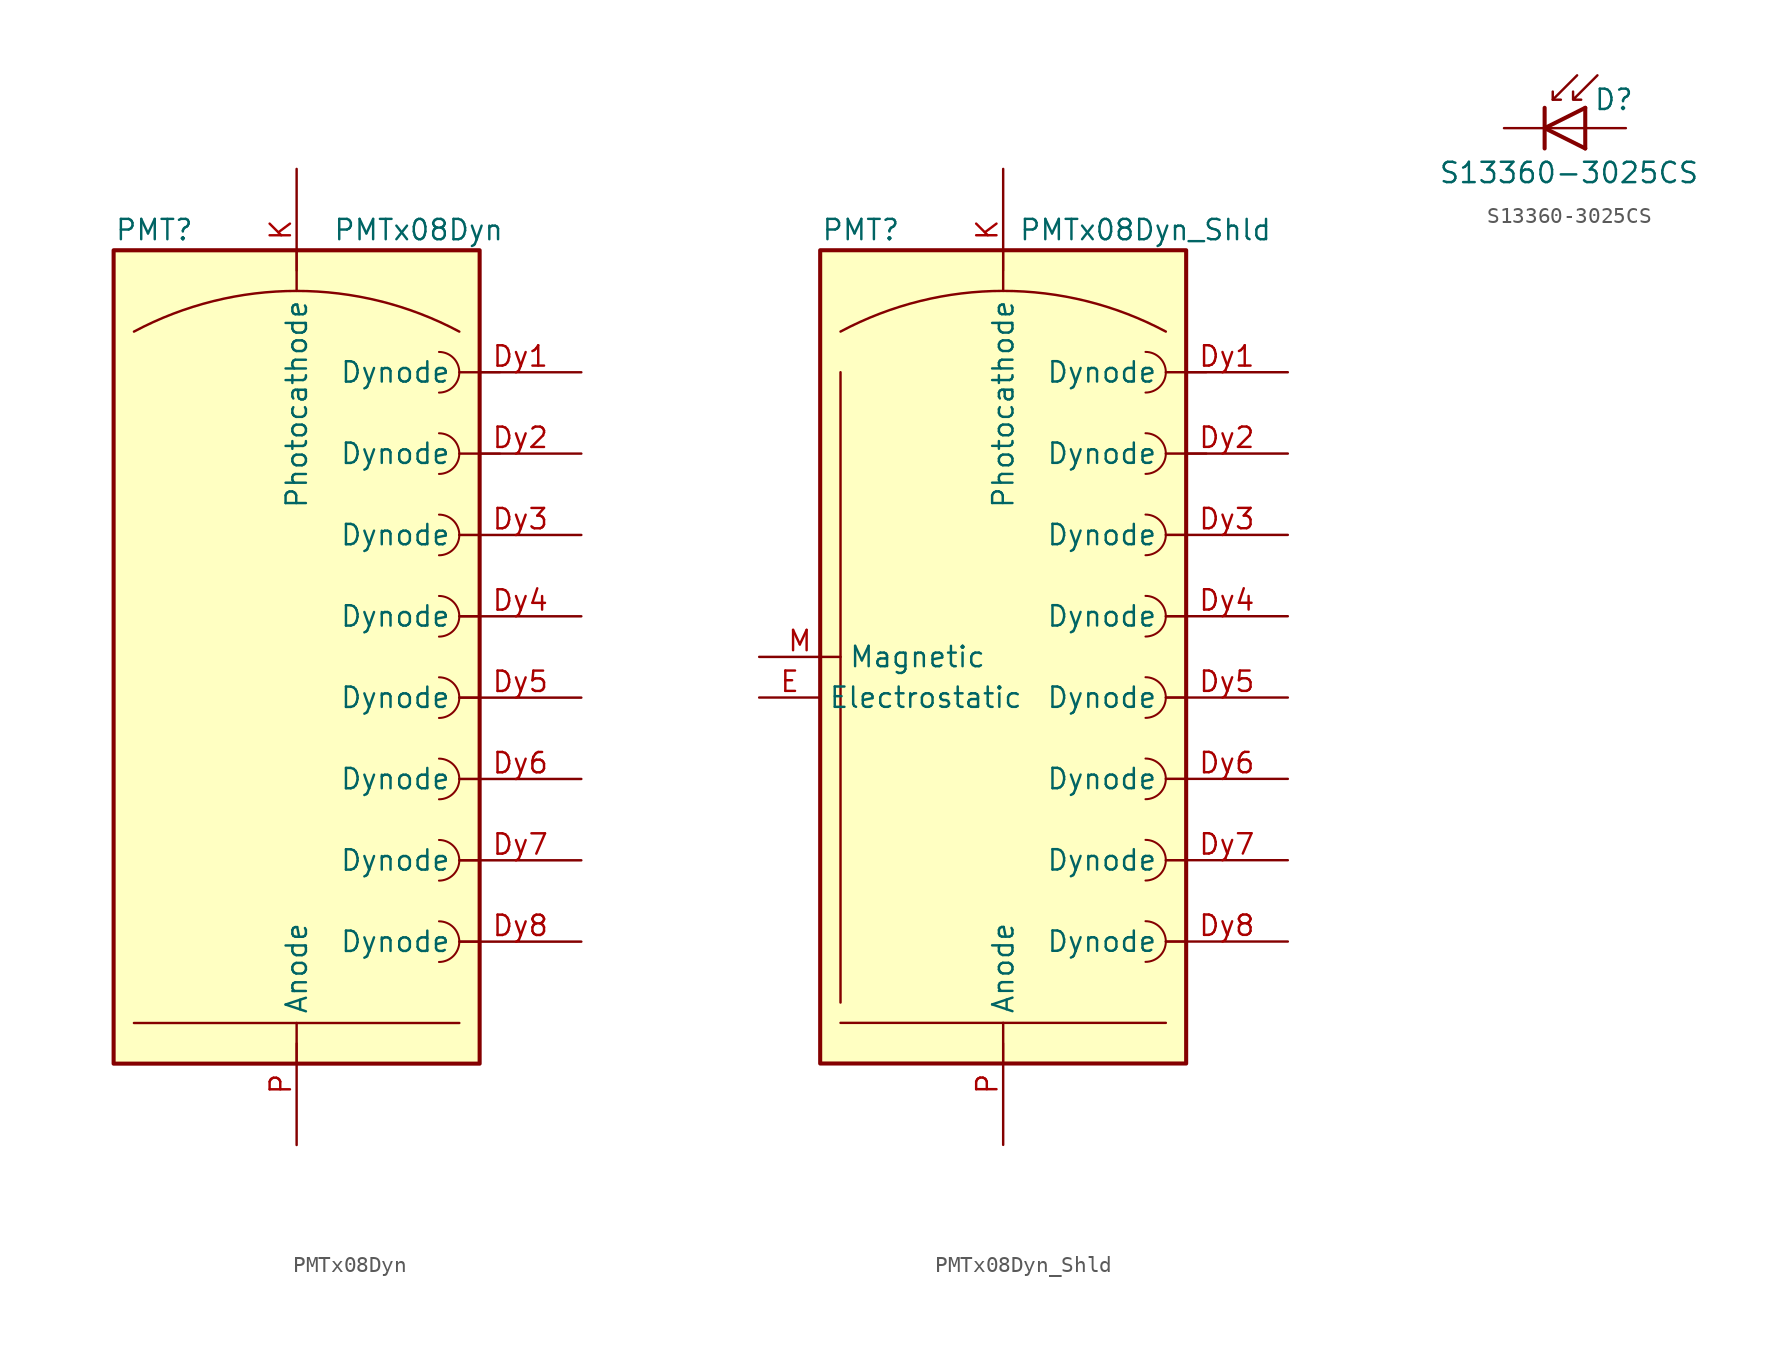
<source format=kicad_sym>
(kicad_symbol_lib
  (version 20211014)
  (generator kicad_symbol_editor)
  (symbol "Sensor_Optical:PMTx08Dyn"
    (property "Reference" "PMT"
      (at -8.89 26.67 0)
      (effects (font (size 1.27 1.27))))
    (property "Value" "PMTx08Dyn"
      (at 7.62 26.67 0)
      (effects (font (size 1.27 1.27))))
    (symbol "PMTx08Dyn_0_1"
      (polyline (pts (xy 0 -25.4) (xy 0 -24.13)) (stroke (width 0.127) (type default) (color 0 0 0 0)) (fill (type none)))
      (polyline (pts (xy 0 25.4) (xy 0 24.13)) (stroke (width 0.127) (type default) (color 0 0 0 0)) (fill (type none)))
      (polyline (pts (xy 10.16 -22.86) (xy -10.16 -22.86)) (stroke (width 0) (type default) (color 0 0 0 0)) (fill (type none)))
      (polyline (pts (xy 11.43 -17.78) (xy 10.16 -17.78)) (stroke (width 0.127) (type default) (color 0 0 0 0)) (fill (type none)))
      (polyline (pts (xy 11.43 -12.7) (xy 10.16 -12.7)) (stroke (width 0.127) (type default) (color 0 0 0 0)) (fill (type none)))
      (polyline (pts (xy 11.43 -7.62) (xy 10.16 -7.62)) (stroke (width 0.127) (type default) (color 0 0 0 0)) (fill (type none)))
      (polyline (pts (xy 11.43 -2.54) (xy 10.16 -2.54)) (stroke (width 0.127) (type default) (color 0 0 0 0)) (fill (type none)))
      (polyline (pts (xy 11.43 2.54) (xy 10.16 2.54)) (stroke (width 0.127) (type default) (color 0 0 0 0)) (fill (type none)))
      (polyline (pts (xy 11.43 7.62) (xy 10.16 7.62)) (stroke (width 0.127) (type default) (color 0 0 0 0)) (fill (type none)))
      (polyline (pts (xy 12.7 12.7) (xy 11.43 12.7)) (stroke (width 0.127) (type default) (color 0 0 0 0)) (fill (type none)))
      (polyline (pts (xy 12.7 17.78) (xy 11.43 17.78)) (stroke (width 0.127) (type default) (color 0 0 0 0)) (fill (type none)))
      (arc (start 8.89 -19.05) (mid 10.16 -17.78) (end 8.89 -16.51) (stroke (width 0.127) (type default) (color 0 0 0 0)) (fill (type none)))
      (arc (start 8.89 -13.97) (mid 10.16 -12.7) (end 8.89 -11.43) (stroke (width 0.127) (type default) (color 0 0 0 0)) (fill (type none)))
      (arc (start 8.89 -8.89) (mid 10.16 -7.62) (end 8.89 -6.35) (stroke (width 0.127) (type default) (color 0 0 0 0)) (fill (type none)))
      (arc (start 8.89 -3.81) (mid 10.16 -2.54) (end 8.89 -1.27) (stroke (width 0.127) (type default) (color 0 0 0 0)) (fill (type none)))
      (arc (start 8.89 1.27) (mid 10.16 2.54) (end 8.89 3.81) (stroke (width 0.127) (type default) (color 0 0 0 0)) (fill (type none)))
      (arc (start 8.89 6.35) (mid 10.16 7.62) (end 8.89 8.89) (stroke (width 0.127) (type default) (color 0 0 0 0)) (fill (type none)))
      (arc (start 8.89 11.43) (mid 10.16 12.7) (end 8.89 13.97) (stroke (width 0.127) (type default) (color 0 0 0 0)) (fill (type none)))
      (arc (start 8.89 16.51) (mid 10.16 17.78) (end 8.89 19.05) (stroke (width 0.127) (type default) (color 0 0 0 0)) (fill (type none)))
      (arc (start 10.16 20.32) (mid 0 22.86) (end -10.16 20.32) (stroke (width 0) (type default) (color 0 0 0 0)) (fill (type none)))
      (rectangle (start 11.43 -25.4) (end -11.43 25.4) (stroke (width 0.254) (type default) (color 0 0 0 0)) (fill (type background))))
    (symbol "PMTx08Dyn_1_1"
      (pin passive line (at 17.78 17.78 180) (length 7.62) (name "Dynode" (effects (font (size 1.27 1.27)))) (number "Dy1" (effects (font (size 1.27 1.27)))))
      (pin passive line (at 17.78 12.7 180) (length 7.62) (name "Dynode" (effects (font (size 1.27 1.27)))) (number "Dy2" (effects (font (size 1.27 1.27)))))
      (pin passive line (at 17.78 7.62 180) (length 7.62) (name "Dynode" (effects (font (size 1.27 1.27)))) (number "Dy3" (effects (font (size 1.27 1.27)))))
      (pin passive line (at 17.78 2.54 180) (length 7.62) (name "Dynode" (effects (font (size 1.27 1.27)))) (number "Dy4" (effects (font (size 1.27 1.27)))))
      (pin passive line (at 17.78 -2.54 180) (length 7.62) (name "Dynode" (effects (font (size 1.27 1.27)))) (number "Dy5" (effects (font (size 1.27 1.27)))))
      (pin passive line (at 17.78 -7.62 180) (length 7.62) (name "Dynode" (effects (font (size 1.27 1.27)))) (number "Dy6" (effects (font (size 1.27 1.27)))))
      (pin passive line (at 17.78 -12.7 180) (length 7.62) (name "Dynode" (effects (font (size 1.27 1.27)))) (number "Dy7" (effects (font (size 1.27 1.27)))))
      (pin passive line (at 17.78 -17.78 180) (length 7.62) (name "Dynode" (effects (font (size 1.27 1.27)))) (number "Dy8" (effects (font (size 1.27 1.27)))))
      (pin passive line (at 0 30.48 270) (length 7.62) (name "Photocathode" (effects (font (size 1.27 1.27)))) (number "K" (effects (font (size 1.27 1.27)))))
      (pin passive line (at 0 -30.48 90) (length 7.62) (name "Anode" (effects (font (size 1.27 1.27)))) (number "P" (effects (font (size 1.27 1.27)))))))
  (symbol "Sensor_Optical:PMTx08Dyn_Shld"
    (property "Reference" "PMT"
      (at -8.89 26.67 0)
      (effects (font (size 1.27 1.27))))
    (property "Value" "PMTx08Dyn_Shld"
      (at 8.89 26.67 0)
      (effects (font (size 1.27 1.27))))
    (symbol "PMTx08Dyn_Shld_0_1"
      (polyline (pts (xy -10.16 17.78) (xy -10.16 -21.59)) (stroke (width 0) (type default) (color 0 0 0 0)) (fill (type none)))
      (polyline (pts (xy 0 -25.4) (xy 0 -24.13)) (stroke (width 0.127) (type default) (color 0 0 0 0)) (fill (type none)))
      (polyline (pts (xy 0 25.4) (xy 0 24.13)) (stroke (width 0.127) (type default) (color 0 0 0 0)) (fill (type none)))
      (polyline (pts (xy 10.16 -22.86) (xy -10.16 -22.86)) (stroke (width 0) (type default) (color 0 0 0 0)) (fill (type none)))
      (polyline (pts (xy 11.43 -17.78) (xy 10.16 -17.78)) (stroke (width 0.127) (type default) (color 0 0 0 0)) (fill (type none)))
      (polyline (pts (xy 11.43 -12.7) (xy 10.16 -12.7)) (stroke (width 0.127) (type default) (color 0 0 0 0)) (fill (type none)))
      (polyline (pts (xy 11.43 -7.62) (xy 10.16 -7.62)) (stroke (width 0.127) (type default) (color 0 0 0 0)) (fill (type none)))
      (polyline (pts (xy 11.43 -2.54) (xy 10.16 -2.54)) (stroke (width 0.127) (type default) (color 0 0 0 0)) (fill (type none)))
      (polyline (pts (xy 11.43 2.54) (xy 10.16 2.54)) (stroke (width 0.127) (type default) (color 0 0 0 0)) (fill (type none)))
      (polyline (pts (xy 11.43 7.62) (xy 10.16 7.62)) (stroke (width 0.127) (type default) (color 0 0 0 0)) (fill (type none)))
      (polyline (pts (xy 12.7 12.7) (xy 11.43 12.7)) (stroke (width 0.127) (type default) (color 0 0 0 0)) (fill (type none)))
      (polyline (pts (xy 12.7 17.78) (xy 11.43 17.78)) (stroke (width 0.127) (type default) (color 0 0 0 0)) (fill (type none)))
      (arc (start 8.89 -19.05) (mid 10.16 -17.78) (end 8.89 -16.51) (stroke (width 0.127) (type default) (color 0 0 0 0)) (fill (type none)))
      (arc (start 8.89 -13.97) (mid 10.16 -12.7) (end 8.89 -11.43) (stroke (width 0.127) (type default) (color 0 0 0 0)) (fill (type none)))
      (arc (start 8.89 -8.89) (mid 10.16 -7.62) (end 8.89 -6.35) (stroke (width 0.127) (type default) (color 0 0 0 0)) (fill (type none)))
      (arc (start 8.89 -3.81) (mid 10.16 -2.54) (end 8.89 -1.27) (stroke (width 0.127) (type default) (color 0 0 0 0)) (fill (type none)))
      (arc (start 8.89 1.27) (mid 10.16 2.54) (end 8.89 3.81) (stroke (width 0.127) (type default) (color 0 0 0 0)) (fill (type none)))
      (arc (start 8.89 6.35) (mid 10.16 7.62) (end 8.89 8.89) (stroke (width 0.127) (type default) (color 0 0 0 0)) (fill (type none)))
      (arc (start 8.89 11.43) (mid 10.16 12.7) (end 8.89 13.97) (stroke (width 0.127) (type default) (color 0 0 0 0)) (fill (type none)))
      (arc (start 8.89 16.51) (mid 10.16 17.78) (end 8.89 19.05) (stroke (width 0.127) (type default) (color 0 0 0 0)) (fill (type none)))
      (arc (start 10.16 20.32) (mid 0 22.86) (end -10.16 20.32) (stroke (width 0) (type default) (color 0 0 0 0)) (fill (type none)))
      (rectangle (start 11.43 -25.4) (end -11.43 25.4) (stroke (width 0.254) (type default) (color 0 0 0 0)) (fill (type background))))
    (symbol "PMTx08Dyn_Shld_1_1"
      (pin passive line (at 17.78 17.78 180) (length 7.62) (name "Dynode" (effects (font (size 1.27 1.27)))) (number "Dy1" (effects (font (size 1.27 1.27)))))
      (pin passive line (at 17.78 12.7 180) (length 7.62) (name "Dynode" (effects (font (size 1.27 1.27)))) (number "Dy2" (effects (font (size 1.27 1.27)))))
      (pin passive line (at 17.78 7.62 180) (length 7.62) (name "Dynode" (effects (font (size 1.27 1.27)))) (number "Dy3" (effects (font (size 1.27 1.27)))))
      (pin passive line (at 17.78 2.54 180) (length 7.62) (name "Dynode" (effects (font (size 1.27 1.27)))) (number "Dy4" (effects (font (size 1.27 1.27)))))
      (pin passive line (at 17.78 -2.54 180) (length 7.62) (name "Dynode" (effects (font (size 1.27 1.27)))) (number "Dy5" (effects (font (size 1.27 1.27)))))
      (pin passive line (at 17.78 -7.62 180) (length 7.62) (name "Dynode" (effects (font (size 1.27 1.27)))) (number "Dy6" (effects (font (size 1.27 1.27)))))
      (pin passive line (at 17.78 -12.7 180) (length 7.62) (name "Dynode" (effects (font (size 1.27 1.27)))) (number "Dy7" (effects (font (size 1.27 1.27)))))
      (pin passive line (at 17.78 -17.78 180) (length 7.62) (name "Dynode" (effects (font (size 1.27 1.27)))) (number "Dy8" (effects (font (size 1.27 1.27)))))
      (pin passive line (at -15.24 -2.54 0) (length 3.81) (name "Electrostatic" (effects (font (size 1.27 1.27)))) (number "E" (effects (font (size 1.27 1.27)))))
      (pin passive line (at 0 30.48 270) (length 7.62) (name "Photocathode" (effects (font (size 1.27 1.27)))) (number "K" (effects (font (size 1.27 1.27)))))
      (pin passive line (at -15.24 0 0) (length 5.08) (name "Magnetic" (effects (font (size 1.27 1.27)))) (number "M" (effects (font (size 1.27 1.27)))))
      (pin passive line (at 0 -30.48 90) (length 7.62) (name "Anode" (effects (font (size 1.27 1.27)))) (number "P" (effects (font (size 1.27 1.27)))))))
  (symbol "Sensor_Optical:S13360-3025CS"
    (pin_numbers hide)
    (pin_names hide)
    (property "Reference" "D"
      (at 1.778 1.778 0)
      (effects (font (size 1.27 1.27)) (justify left)))
    (property "Value" "S13360-3025CS"
      (at 0.254 -2.794 0)
      (effects (font (size 1.27 1.27))))
    (symbol "S13360-3025CS_0_1"
      (polyline (pts (xy -1.27 0) (xy 1.27 0)) (stroke (width 0) (type default) (color 0 0 0 0)) (fill (type none)))
      (polyline (pts (xy -1.27 1.27) (xy -1.27 -1.27)) (stroke (width 0.254) (type default) (color 0 0 0 0)) (fill (type none)))
      (polyline (pts (xy -0.762 1.778) (xy -0.254 1.778)) (stroke (width 0) (type default) (color 0 0 0 0)) (fill (type none)))
      (polyline (pts (xy 1.27 1.27) (xy 1.27 -1.27)) (stroke (width 0.254) (type default) (color 0 0 0 0)) (fill (type none)))
      (polyline (pts (xy 0.762 3.302) (xy -0.762 1.778) (xy -0.762 2.286)) (stroke (width 0) (type default) (color 0 0 0 0)) (fill (type none)))
      (polyline (pts (xy 1.27 1.27) (xy -1.27 0) (xy 1.27 -1.27)) (stroke (width 0.254) (type default) (color 0 0 0 0)) (fill (type none)))
      (polyline (pts (xy 2.032 3.302) (xy 0.508 1.778) (xy 0.508 2.286) (xy 0.508 1.778) (xy 1.016 1.778)) (stroke (width 0) (type default) (color 0 0 0 0)) (fill (type none))))
    (symbol "S13360-3025CS_1_1"
      (pin passive line (at 3.81 0 180) (length 2.54) (name "A" (effects (font (size 1.27 1.27)))) (number "1" (effects (font (size 1.27 1.27)))))
      (pin passive line (at -3.81 0 0) (length 2.54) (name "K" (effects (font (size 1.27 1.27)))) (number "2" (effects (font (size 1.27 1.27))))))))
</source>
